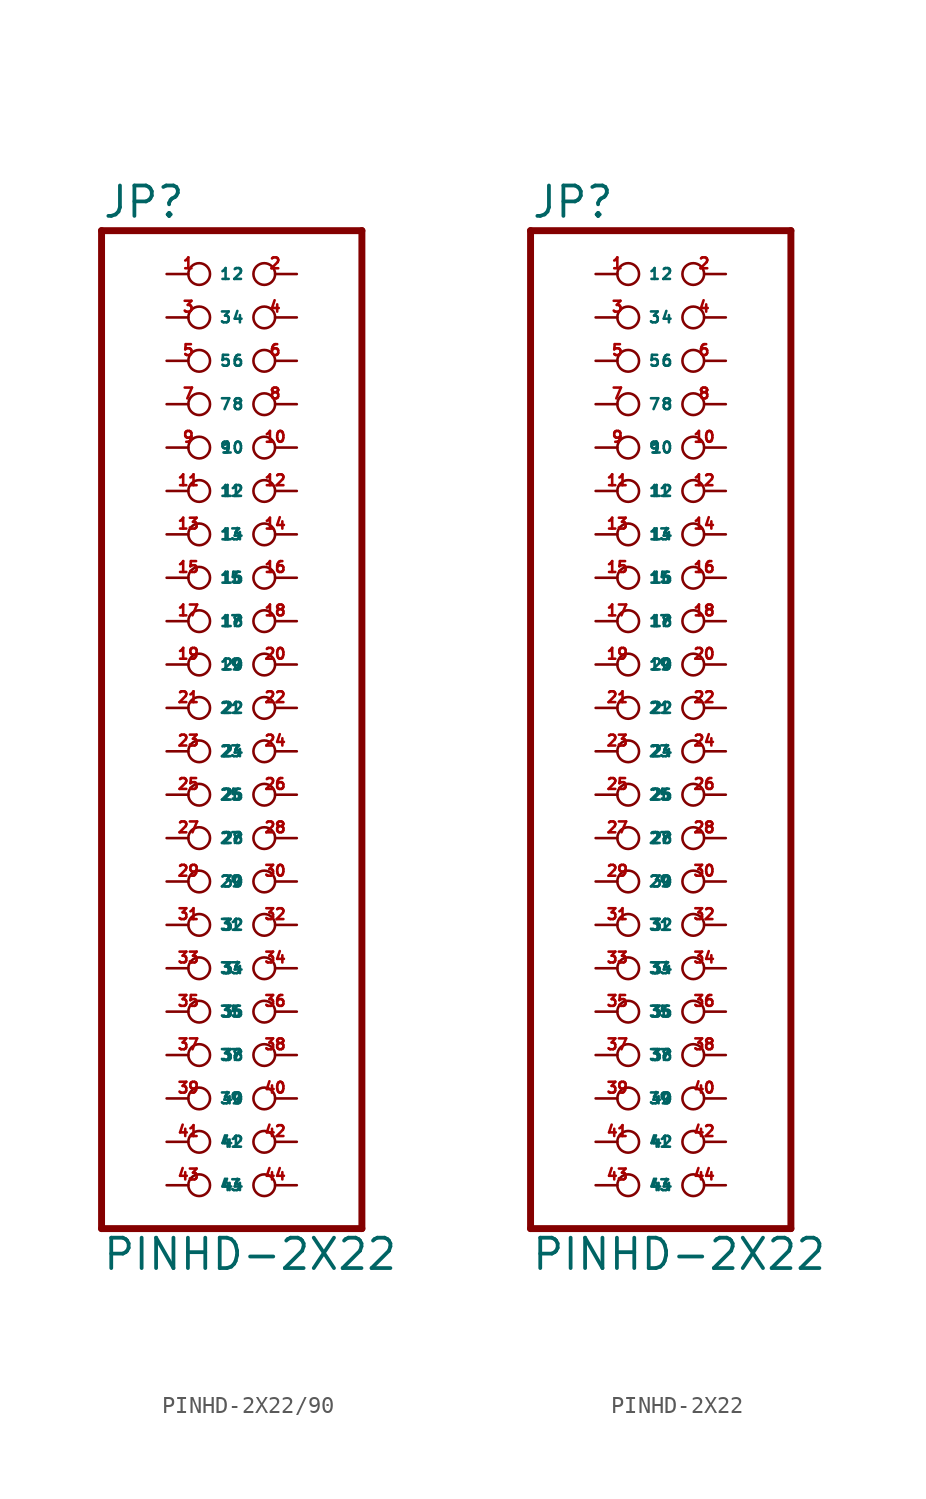
<source format=kicad_sym>
(kicad_symbol_lib
  (version 20220914)
  (generator Eagle2Kicad)
  (symbol "PINHD-2X22/90"
    (property "Reference" "JP"
      (at -6.35 28.575 0)
      (effects (font (size 1.778 1.778) (thickness 0.22)) (justify left bottom)))
    (property "Value" "PINHD-2X22"
      (at -6.35 -33.02 0)
      (effects (font (size 1.778 1.778) (thickness 0.22)) (justify left bottom)))
    (polyline
      (pts (xy -6.35 -30.48) (xy 8.89 -30.48))
      (stroke (width 0.406) (type default))
      (fill (type none)))
    (polyline
      (pts (xy 8.89 -30.48) (xy 8.89 27.94))
      (stroke (width 0.406) (type default))
      (fill (type none)))
    (polyline
      (pts (xy 8.89 27.94) (xy -6.35 27.94))
      (stroke (width 0.406) (type default))
      (fill (type none)))
    (polyline
      (pts (xy -6.35 27.94) (xy -6.35 -30.48))
      (stroke (width 0.406) (type default))
      (fill (type none)))
    (pin passive inverted
      (at -2.54 25.4 0)
      (length 2.54)
      (name "1" (effects (font (size 0.635 0.635) (thickness 0.08)) (justify left bottom)))
      (number "1" (effects (font (size 0.635 0.635) (thickness 0.08)) (justify left bottom))))
    (pin passive inverted
      (at 5.08 25.4 180)
      (length 2.54)
      (name "2" (effects (font (size 0.635 0.635) (thickness 0.08)) (justify left bottom)))
      (number "2" (effects (font (size 0.635 0.635) (thickness 0.08)) (justify left bottom))))
    (pin passive inverted
      (at -2.54 22.86 0)
      (length 2.54)
      (name "3" (effects (font (size 0.635 0.635) (thickness 0.08)) (justify left bottom)))
      (number "3" (effects (font (size 0.635 0.635) (thickness 0.08)) (justify left bottom))))
    (pin passive inverted
      (at 5.08 22.86 180)
      (length 2.54)
      (name "4" (effects (font (size 0.635 0.635) (thickness 0.08)) (justify left bottom)))
      (number "4" (effects (font (size 0.635 0.635) (thickness 0.08)) (justify left bottom))))
    (pin passive inverted
      (at -2.54 20.32 0)
      (length 2.54)
      (name "5" (effects (font (size 0.635 0.635) (thickness 0.08)) (justify left bottom)))
      (number "5" (effects (font (size 0.635 0.635) (thickness 0.08)) (justify left bottom))))
    (pin passive inverted
      (at 5.08 20.32 180)
      (length 2.54)
      (name "6" (effects (font (size 0.635 0.635) (thickness 0.08)) (justify left bottom)))
      (number "6" (effects (font (size 0.635 0.635) (thickness 0.08)) (justify left bottom))))
    (pin passive inverted
      (at -2.54 17.78 0)
      (length 2.54)
      (name "7" (effects (font (size 0.635 0.635) (thickness 0.08)) (justify left bottom)))
      (number "7" (effects (font (size 0.635 0.635) (thickness 0.08)) (justify left bottom))))
    (pin passive inverted
      (at 5.08 17.78 180)
      (length 2.54)
      (name "8" (effects (font (size 0.635 0.635) (thickness 0.08)) (justify left bottom)))
      (number "8" (effects (font (size 0.635 0.635) (thickness 0.08)) (justify left bottom))))
    (pin passive inverted
      (at -2.54 15.24 0)
      (length 2.54)
      (name "9" (effects (font (size 0.635 0.635) (thickness 0.08)) (justify left bottom)))
      (number "9" (effects (font (size 0.635 0.635) (thickness 0.08)) (justify left bottom))))
    (pin passive inverted
      (at 5.08 15.24 180)
      (length 2.54)
      (name "10" (effects (font (size 0.635 0.635) (thickness 0.08)) (justify left bottom)))
      (number "10" (effects (font (size 0.635 0.635) (thickness 0.08)) (justify left bottom))))
    (pin passive inverted
      (at -2.54 12.7 0)
      (length 2.54)
      (name "11" (effects (font (size 0.635 0.635) (thickness 0.08)) (justify left bottom)))
      (number "11" (effects (font (size 0.635 0.635) (thickness 0.08)) (justify left bottom))))
    (pin passive inverted
      (at 5.08 12.7 180)
      (length 2.54)
      (name "12" (effects (font (size 0.635 0.635) (thickness 0.08)) (justify left bottom)))
      (number "12" (effects (font (size 0.635 0.635) (thickness 0.08)) (justify left bottom))))
    (pin passive inverted
      (at -2.54 10.16 0)
      (length 2.54)
      (name "13" (effects (font (size 0.635 0.635) (thickness 0.08)) (justify left bottom)))
      (number "13" (effects (font (size 0.635 0.635) (thickness 0.08)) (justify left bottom))))
    (pin passive inverted
      (at 5.08 10.16 180)
      (length 2.54)
      (name "14" (effects (font (size 0.635 0.635) (thickness 0.08)) (justify left bottom)))
      (number "14" (effects (font (size 0.635 0.635) (thickness 0.08)) (justify left bottom))))
    (pin passive inverted
      (at -2.54 7.62 0)
      (length 2.54)
      (name "15" (effects (font (size 0.635 0.635) (thickness 0.08)) (justify left bottom)))
      (number "15" (effects (font (size 0.635 0.635) (thickness 0.08)) (justify left bottom))))
    (pin passive inverted
      (at 5.08 7.62 180)
      (length 2.54)
      (name "16" (effects (font (size 0.635 0.635) (thickness 0.08)) (justify left bottom)))
      (number "16" (effects (font (size 0.635 0.635) (thickness 0.08)) (justify left bottom))))
    (pin passive inverted
      (at -2.54 5.08 0)
      (length 2.54)
      (name "17" (effects (font (size 0.635 0.635) (thickness 0.08)) (justify left bottom)))
      (number "17" (effects (font (size 0.635 0.635) (thickness 0.08)) (justify left bottom))))
    (pin passive inverted
      (at 5.08 5.08 180)
      (length 2.54)
      (name "18" (effects (font (size 0.635 0.635) (thickness 0.08)) (justify left bottom)))
      (number "18" (effects (font (size 0.635 0.635) (thickness 0.08)) (justify left bottom))))
    (pin passive inverted
      (at -2.54 2.54 0)
      (length 2.54)
      (name "19" (effects (font (size 0.635 0.635) (thickness 0.08)) (justify left bottom)))
      (number "19" (effects (font (size 0.635 0.635) (thickness 0.08)) (justify left bottom))))
    (pin passive inverted
      (at 5.08 2.54 180)
      (length 2.54)
      (name "20" (effects (font (size 0.635 0.635) (thickness 0.08)) (justify left bottom)))
      (number "20" (effects (font (size 0.635 0.635) (thickness 0.08)) (justify left bottom))))
    (pin passive inverted
      (at -2.54 0 0)
      (length 2.54)
      (name "21" (effects (font (size 0.635 0.635) (thickness 0.08)) (justify left bottom)))
      (number "21" (effects (font (size 0.635 0.635) (thickness 0.08)) (justify left bottom))))
    (pin passive inverted
      (at 5.08 0 180)
      (length 2.54)
      (name "22" (effects (font (size 0.635 0.635) (thickness 0.08)) (justify left bottom)))
      (number "22" (effects (font (size 0.635 0.635) (thickness 0.08)) (justify left bottom))))
    (pin passive inverted
      (at -2.54 -2.54 0)
      (length 2.54)
      (name "23" (effects (font (size 0.635 0.635) (thickness 0.08)) (justify left bottom)))
      (number "23" (effects (font (size 0.635 0.635) (thickness 0.08)) (justify left bottom))))
    (pin passive inverted
      (at 5.08 -2.54 180)
      (length 2.54)
      (name "24" (effects (font (size 0.635 0.635) (thickness 0.08)) (justify left bottom)))
      (number "24" (effects (font (size 0.635 0.635) (thickness 0.08)) (justify left bottom))))
    (pin passive inverted
      (at -2.54 -5.08 0)
      (length 2.54)
      (name "25" (effects (font (size 0.635 0.635) (thickness 0.08)) (justify left bottom)))
      (number "25" (effects (font (size 0.635 0.635) (thickness 0.08)) (justify left bottom))))
    (pin passive inverted
      (at 5.08 -5.08 180)
      (length 2.54)
      (name "26" (effects (font (size 0.635 0.635) (thickness 0.08)) (justify left bottom)))
      (number "26" (effects (font (size 0.635 0.635) (thickness 0.08)) (justify left bottom))))
    (pin passive inverted
      (at -2.54 -7.62 0)
      (length 2.54)
      (name "27" (effects (font (size 0.635 0.635) (thickness 0.08)) (justify left bottom)))
      (number "27" (effects (font (size 0.635 0.635) (thickness 0.08)) (justify left bottom))))
    (pin passive inverted
      (at 5.08 -7.62 180)
      (length 2.54)
      (name "28" (effects (font (size 0.635 0.635) (thickness 0.08)) (justify left bottom)))
      (number "28" (effects (font (size 0.635 0.635) (thickness 0.08)) (justify left bottom))))
    (pin passive inverted
      (at -2.54 -10.16 0)
      (length 2.54)
      (name "29" (effects (font (size 0.635 0.635) (thickness 0.08)) (justify left bottom)))
      (number "29" (effects (font (size 0.635 0.635) (thickness 0.08)) (justify left bottom))))
    (pin passive inverted
      (at 5.08 -10.16 180)
      (length 2.54)
      (name "30" (effects (font (size 0.635 0.635) (thickness 0.08)) (justify left bottom)))
      (number "30" (effects (font (size 0.635 0.635) (thickness 0.08)) (justify left bottom))))
    (pin passive inverted
      (at -2.54 -12.7 0)
      (length 2.54)
      (name "31" (effects (font (size 0.635 0.635) (thickness 0.08)) (justify left bottom)))
      (number "31" (effects (font (size 0.635 0.635) (thickness 0.08)) (justify left bottom))))
    (pin passive inverted
      (at 5.08 -12.7 180)
      (length 2.54)
      (name "32" (effects (font (size 0.635 0.635) (thickness 0.08)) (justify left bottom)))
      (number "32" (effects (font (size 0.635 0.635) (thickness 0.08)) (justify left bottom))))
    (pin passive inverted
      (at -2.54 -15.24 0)
      (length 2.54)
      (name "33" (effects (font (size 0.635 0.635) (thickness 0.08)) (justify left bottom)))
      (number "33" (effects (font (size 0.635 0.635) (thickness 0.08)) (justify left bottom))))
    (pin passive inverted
      (at 5.08 -15.24 180)
      (length 2.54)
      (name "34" (effects (font (size 0.635 0.635) (thickness 0.08)) (justify left bottom)))
      (number "34" (effects (font (size 0.635 0.635) (thickness 0.08)) (justify left bottom))))
    (pin passive inverted
      (at -2.54 -17.78 0)
      (length 2.54)
      (name "35" (effects (font (size 0.635 0.635) (thickness 0.08)) (justify left bottom)))
      (number "35" (effects (font (size 0.635 0.635) (thickness 0.08)) (justify left bottom))))
    (pin passive inverted
      (at 5.08 -17.78 180)
      (length 2.54)
      (name "36" (effects (font (size 0.635 0.635) (thickness 0.08)) (justify left bottom)))
      (number "36" (effects (font (size 0.635 0.635) (thickness 0.08)) (justify left bottom))))
    (pin passive inverted
      (at -2.54 -20.32 0)
      (length 2.54)
      (name "37" (effects (font (size 0.635 0.635) (thickness 0.08)) (justify left bottom)))
      (number "37" (effects (font (size 0.635 0.635) (thickness 0.08)) (justify left bottom))))
    (pin passive inverted
      (at 5.08 -20.32 180)
      (length 2.54)
      (name "38" (effects (font (size 0.635 0.635) (thickness 0.08)) (justify left bottom)))
      (number "38" (effects (font (size 0.635 0.635) (thickness 0.08)) (justify left bottom))))
    (pin passive inverted
      (at -2.54 -22.86 0)
      (length 2.54)
      (name "39" (effects (font (size 0.635 0.635) (thickness 0.08)) (justify left bottom)))
      (number "39" (effects (font (size 0.635 0.635) (thickness 0.08)) (justify left bottom))))
    (pin passive inverted
      (at 5.08 -22.86 180)
      (length 2.54)
      (name "40" (effects (font (size 0.635 0.635) (thickness 0.08)) (justify left bottom)))
      (number "40" (effects (font (size 0.635 0.635) (thickness 0.08)) (justify left bottom))))
    (pin passive inverted
      (at -2.54 -25.4 0)
      (length 2.54)
      (name "41" (effects (font (size 0.635 0.635) (thickness 0.08)) (justify left bottom)))
      (number "41" (effects (font (size 0.635 0.635) (thickness 0.08)) (justify left bottom))))
    (pin passive inverted
      (at 5.08 -25.4 180)
      (length 2.54)
      (name "42" (effects (font (size 0.635 0.635) (thickness 0.08)) (justify left bottom)))
      (number "42" (effects (font (size 0.635 0.635) (thickness 0.08)) (justify left bottom))))
    (pin passive inverted
      (at -2.54 -27.94 0)
      (length 2.54)
      (name "43" (effects (font (size 0.635 0.635) (thickness 0.08)) (justify left bottom)))
      (number "43" (effects (font (size 0.635 0.635) (thickness 0.08)) (justify left bottom))))
    (pin passive inverted
      (at 5.08 -27.94 180)
      (length 2.54)
      (name "44" (effects (font (size 0.635 0.635) (thickness 0.08)) (justify left bottom)))
      (number "44" (effects (font (size 0.635 0.635) (thickness 0.08)) (justify left bottom)))))
  (symbol "PINHD-2X22"
    (property "Reference" "JP"
      (at -6.35 28.575 0)
      (effects (font (size 1.778 1.778) (thickness 0.22)) (justify left bottom)))
    (property "Value" "PINHD-2X22"
      (at -6.35 -33.02 0)
      (effects (font (size 1.778 1.778) (thickness 0.22)) (justify left bottom)))
    (polyline
      (pts (xy -6.35 -30.48) (xy 8.89 -30.48))
      (stroke (width 0.406) (type default))
      (fill (type none)))
    (polyline
      (pts (xy 8.89 -30.48) (xy 8.89 27.94))
      (stroke (width 0.406) (type default))
      (fill (type none)))
    (polyline
      (pts (xy 8.89 27.94) (xy -6.35 27.94))
      (stroke (width 0.406) (type default))
      (fill (type none)))
    (polyline
      (pts (xy -6.35 27.94) (xy -6.35 -30.48))
      (stroke (width 0.406) (type default))
      (fill (type none)))
    (pin passive inverted
      (at -2.54 25.4 0)
      (length 2.54)
      (name "1" (effects (font (size 0.635 0.635) (thickness 0.08)) (justify left bottom)))
      (number "1" (effects (font (size 0.635 0.635) (thickness 0.08)) (justify left bottom))))
    (pin passive inverted
      (at 5.08 25.4 180)
      (length 2.54)
      (name "2" (effects (font (size 0.635 0.635) (thickness 0.08)) (justify left bottom)))
      (number "2" (effects (font (size 0.635 0.635) (thickness 0.08)) (justify left bottom))))
    (pin passive inverted
      (at -2.54 22.86 0)
      (length 2.54)
      (name "3" (effects (font (size 0.635 0.635) (thickness 0.08)) (justify left bottom)))
      (number "3" (effects (font (size 0.635 0.635) (thickness 0.08)) (justify left bottom))))
    (pin passive inverted
      (at 5.08 22.86 180)
      (length 2.54)
      (name "4" (effects (font (size 0.635 0.635) (thickness 0.08)) (justify left bottom)))
      (number "4" (effects (font (size 0.635 0.635) (thickness 0.08)) (justify left bottom))))
    (pin passive inverted
      (at -2.54 20.32 0)
      (length 2.54)
      (name "5" (effects (font (size 0.635 0.635) (thickness 0.08)) (justify left bottom)))
      (number "5" (effects (font (size 0.635 0.635) (thickness 0.08)) (justify left bottom))))
    (pin passive inverted
      (at 5.08 20.32 180)
      (length 2.54)
      (name "6" (effects (font (size 0.635 0.635) (thickness 0.08)) (justify left bottom)))
      (number "6" (effects (font (size 0.635 0.635) (thickness 0.08)) (justify left bottom))))
    (pin passive inverted
      (at -2.54 17.78 0)
      (length 2.54)
      (name "7" (effects (font (size 0.635 0.635) (thickness 0.08)) (justify left bottom)))
      (number "7" (effects (font (size 0.635 0.635) (thickness 0.08)) (justify left bottom))))
    (pin passive inverted
      (at 5.08 17.78 180)
      (length 2.54)
      (name "8" (effects (font (size 0.635 0.635) (thickness 0.08)) (justify left bottom)))
      (number "8" (effects (font (size 0.635 0.635) (thickness 0.08)) (justify left bottom))))
    (pin passive inverted
      (at -2.54 15.24 0)
      (length 2.54)
      (name "9" (effects (font (size 0.635 0.635) (thickness 0.08)) (justify left bottom)))
      (number "9" (effects (font (size 0.635 0.635) (thickness 0.08)) (justify left bottom))))
    (pin passive inverted
      (at 5.08 15.24 180)
      (length 2.54)
      (name "10" (effects (font (size 0.635 0.635) (thickness 0.08)) (justify left bottom)))
      (number "10" (effects (font (size 0.635 0.635) (thickness 0.08)) (justify left bottom))))
    (pin passive inverted
      (at -2.54 12.7 0)
      (length 2.54)
      (name "11" (effects (font (size 0.635 0.635) (thickness 0.08)) (justify left bottom)))
      (number "11" (effects (font (size 0.635 0.635) (thickness 0.08)) (justify left bottom))))
    (pin passive inverted
      (at 5.08 12.7 180)
      (length 2.54)
      (name "12" (effects (font (size 0.635 0.635) (thickness 0.08)) (justify left bottom)))
      (number "12" (effects (font (size 0.635 0.635) (thickness 0.08)) (justify left bottom))))
    (pin passive inverted
      (at -2.54 10.16 0)
      (length 2.54)
      (name "13" (effects (font (size 0.635 0.635) (thickness 0.08)) (justify left bottom)))
      (number "13" (effects (font (size 0.635 0.635) (thickness 0.08)) (justify left bottom))))
    (pin passive inverted
      (at 5.08 10.16 180)
      (length 2.54)
      (name "14" (effects (font (size 0.635 0.635) (thickness 0.08)) (justify left bottom)))
      (number "14" (effects (font (size 0.635 0.635) (thickness 0.08)) (justify left bottom))))
    (pin passive inverted
      (at -2.54 7.62 0)
      (length 2.54)
      (name "15" (effects (font (size 0.635 0.635) (thickness 0.08)) (justify left bottom)))
      (number "15" (effects (font (size 0.635 0.635) (thickness 0.08)) (justify left bottom))))
    (pin passive inverted
      (at 5.08 7.62 180)
      (length 2.54)
      (name "16" (effects (font (size 0.635 0.635) (thickness 0.08)) (justify left bottom)))
      (number "16" (effects (font (size 0.635 0.635) (thickness 0.08)) (justify left bottom))))
    (pin passive inverted
      (at -2.54 5.08 0)
      (length 2.54)
      (name "17" (effects (font (size 0.635 0.635) (thickness 0.08)) (justify left bottom)))
      (number "17" (effects (font (size 0.635 0.635) (thickness 0.08)) (justify left bottom))))
    (pin passive inverted
      (at 5.08 5.08 180)
      (length 2.54)
      (name "18" (effects (font (size 0.635 0.635) (thickness 0.08)) (justify left bottom)))
      (number "18" (effects (font (size 0.635 0.635) (thickness 0.08)) (justify left bottom))))
    (pin passive inverted
      (at -2.54 2.54 0)
      (length 2.54)
      (name "19" (effects (font (size 0.635 0.635) (thickness 0.08)) (justify left bottom)))
      (number "19" (effects (font (size 0.635 0.635) (thickness 0.08)) (justify left bottom))))
    (pin passive inverted
      (at 5.08 2.54 180)
      (length 2.54)
      (name "20" (effects (font (size 0.635 0.635) (thickness 0.08)) (justify left bottom)))
      (number "20" (effects (font (size 0.635 0.635) (thickness 0.08)) (justify left bottom))))
    (pin passive inverted
      (at -2.54 0 0)
      (length 2.54)
      (name "21" (effects (font (size 0.635 0.635) (thickness 0.08)) (justify left bottom)))
      (number "21" (effects (font (size 0.635 0.635) (thickness 0.08)) (justify left bottom))))
    (pin passive inverted
      (at 5.08 0 180)
      (length 2.54)
      (name "22" (effects (font (size 0.635 0.635) (thickness 0.08)) (justify left bottom)))
      (number "22" (effects (font (size 0.635 0.635) (thickness 0.08)) (justify left bottom))))
    (pin passive inverted
      (at -2.54 -2.54 0)
      (length 2.54)
      (name "23" (effects (font (size 0.635 0.635) (thickness 0.08)) (justify left bottom)))
      (number "23" (effects (font (size 0.635 0.635) (thickness 0.08)) (justify left bottom))))
    (pin passive inverted
      (at 5.08 -2.54 180)
      (length 2.54)
      (name "24" (effects (font (size 0.635 0.635) (thickness 0.08)) (justify left bottom)))
      (number "24" (effects (font (size 0.635 0.635) (thickness 0.08)) (justify left bottom))))
    (pin passive inverted
      (at -2.54 -5.08 0)
      (length 2.54)
      (name "25" (effects (font (size 0.635 0.635) (thickness 0.08)) (justify left bottom)))
      (number "25" (effects (font (size 0.635 0.635) (thickness 0.08)) (justify left bottom))))
    (pin passive inverted
      (at 5.08 -5.08 180)
      (length 2.54)
      (name "26" (effects (font (size 0.635 0.635) (thickness 0.08)) (justify left bottom)))
      (number "26" (effects (font (size 0.635 0.635) (thickness 0.08)) (justify left bottom))))
    (pin passive inverted
      (at -2.54 -7.62 0)
      (length 2.54)
      (name "27" (effects (font (size 0.635 0.635) (thickness 0.08)) (justify left bottom)))
      (number "27" (effects (font (size 0.635 0.635) (thickness 0.08)) (justify left bottom))))
    (pin passive inverted
      (at 5.08 -7.62 180)
      (length 2.54)
      (name "28" (effects (font (size 0.635 0.635) (thickness 0.08)) (justify left bottom)))
      (number "28" (effects (font (size 0.635 0.635) (thickness 0.08)) (justify left bottom))))
    (pin passive inverted
      (at -2.54 -10.16 0)
      (length 2.54)
      (name "29" (effects (font (size 0.635 0.635) (thickness 0.08)) (justify left bottom)))
      (number "29" (effects (font (size 0.635 0.635) (thickness 0.08)) (justify left bottom))))
    (pin passive inverted
      (at 5.08 -10.16 180)
      (length 2.54)
      (name "30" (effects (font (size 0.635 0.635) (thickness 0.08)) (justify left bottom)))
      (number "30" (effects (font (size 0.635 0.635) (thickness 0.08)) (justify left bottom))))
    (pin passive inverted
      (at -2.54 -12.7 0)
      (length 2.54)
      (name "31" (effects (font (size 0.635 0.635) (thickness 0.08)) (justify left bottom)))
      (number "31" (effects (font (size 0.635 0.635) (thickness 0.08)) (justify left bottom))))
    (pin passive inverted
      (at 5.08 -12.7 180)
      (length 2.54)
      (name "32" (effects (font (size 0.635 0.635) (thickness 0.08)) (justify left bottom)))
      (number "32" (effects (font (size 0.635 0.635) (thickness 0.08)) (justify left bottom))))
    (pin passive inverted
      (at -2.54 -15.24 0)
      (length 2.54)
      (name "33" (effects (font (size 0.635 0.635) (thickness 0.08)) (justify left bottom)))
      (number "33" (effects (font (size 0.635 0.635) (thickness 0.08)) (justify left bottom))))
    (pin passive inverted
      (at 5.08 -15.24 180)
      (length 2.54)
      (name "34" (effects (font (size 0.635 0.635) (thickness 0.08)) (justify left bottom)))
      (number "34" (effects (font (size 0.635 0.635) (thickness 0.08)) (justify left bottom))))
    (pin passive inverted
      (at -2.54 -17.78 0)
      (length 2.54)
      (name "35" (effects (font (size 0.635 0.635) (thickness 0.08)) (justify left bottom)))
      (number "35" (effects (font (size 0.635 0.635) (thickness 0.08)) (justify left bottom))))
    (pin passive inverted
      (at 5.08 -17.78 180)
      (length 2.54)
      (name "36" (effects (font (size 0.635 0.635) (thickness 0.08)) (justify left bottom)))
      (number "36" (effects (font (size 0.635 0.635) (thickness 0.08)) (justify left bottom))))
    (pin passive inverted
      (at -2.54 -20.32 0)
      (length 2.54)
      (name "37" (effects (font (size 0.635 0.635) (thickness 0.08)) (justify left bottom)))
      (number "37" (effects (font (size 0.635 0.635) (thickness 0.08)) (justify left bottom))))
    (pin passive inverted
      (at 5.08 -20.32 180)
      (length 2.54)
      (name "38" (effects (font (size 0.635 0.635) (thickness 0.08)) (justify left bottom)))
      (number "38" (effects (font (size 0.635 0.635) (thickness 0.08)) (justify left bottom))))
    (pin passive inverted
      (at -2.54 -22.86 0)
      (length 2.54)
      (name "39" (effects (font (size 0.635 0.635) (thickness 0.08)) (justify left bottom)))
      (number "39" (effects (font (size 0.635 0.635) (thickness 0.08)) (justify left bottom))))
    (pin passive inverted
      (at 5.08 -22.86 180)
      (length 2.54)
      (name "40" (effects (font (size 0.635 0.635) (thickness 0.08)) (justify left bottom)))
      (number "40" (effects (font (size 0.635 0.635) (thickness 0.08)) (justify left bottom))))
    (pin passive inverted
      (at -2.54 -25.4 0)
      (length 2.54)
      (name "41" (effects (font (size 0.635 0.635) (thickness 0.08)) (justify left bottom)))
      (number "41" (effects (font (size 0.635 0.635) (thickness 0.08)) (justify left bottom))))
    (pin passive inverted
      (at 5.08 -25.4 180)
      (length 2.54)
      (name "42" (effects (font (size 0.635 0.635) (thickness 0.08)) (justify left bottom)))
      (number "42" (effects (font (size 0.635 0.635) (thickness 0.08)) (justify left bottom))))
    (pin passive inverted
      (at -2.54 -27.94 0)
      (length 2.54)
      (name "43" (effects (font (size 0.635 0.635) (thickness 0.08)) (justify left bottom)))
      (number "43" (effects (font (size 0.635 0.635) (thickness 0.08)) (justify left bottom))))
    (pin passive inverted
      (at 5.08 -27.94 180)
      (length 2.54)
      (name "44" (effects (font (size 0.635 0.635) (thickness 0.08)) (justify left bottom)))
      (number "44" (effects (font (size 0.635 0.635) (thickness 0.08)) (justify left bottom))))))
</source>
